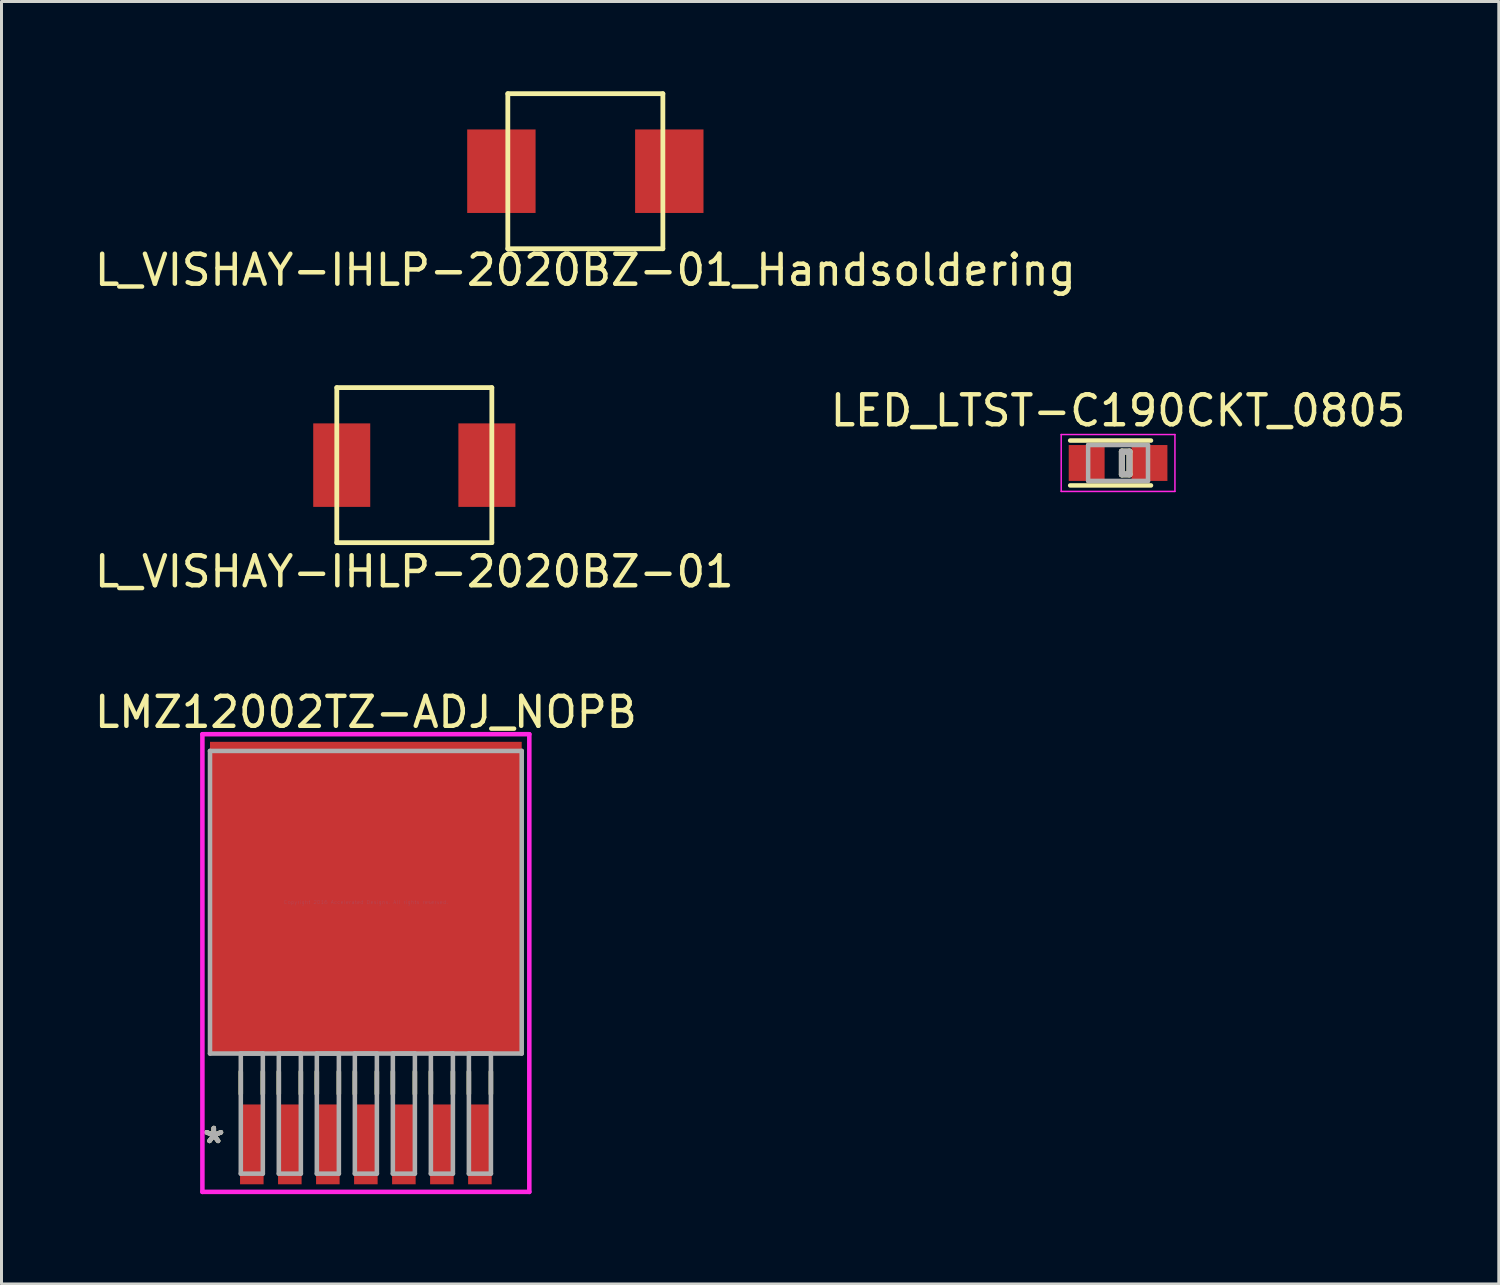
<source format=kicad_pcb>
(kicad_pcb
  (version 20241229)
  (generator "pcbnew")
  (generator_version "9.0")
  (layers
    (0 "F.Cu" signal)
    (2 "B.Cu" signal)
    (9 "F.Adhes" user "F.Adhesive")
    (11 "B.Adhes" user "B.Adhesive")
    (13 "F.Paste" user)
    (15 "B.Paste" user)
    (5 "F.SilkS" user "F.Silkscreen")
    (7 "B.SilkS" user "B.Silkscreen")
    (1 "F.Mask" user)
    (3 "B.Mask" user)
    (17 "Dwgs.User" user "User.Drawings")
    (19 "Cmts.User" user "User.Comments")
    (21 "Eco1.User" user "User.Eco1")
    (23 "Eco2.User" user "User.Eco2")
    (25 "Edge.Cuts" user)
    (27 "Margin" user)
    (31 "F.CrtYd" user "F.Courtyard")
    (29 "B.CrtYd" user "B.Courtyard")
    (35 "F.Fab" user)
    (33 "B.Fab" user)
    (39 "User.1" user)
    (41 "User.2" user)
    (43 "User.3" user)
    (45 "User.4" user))
  (footprint "LMZ12002TZ-ADJ_NOPB"
    (layer "F.Cu")
    (at 9.173 27.093)
    (property "Reference" "LMZ12002TZ-ADJ_NOPB" (at 0 -6.35 0) (layer "F.SilkS") (effects (font (size 1 1) (thickness 0.15))))
    (attr through_hole)
    (fp_line (start -4.178 5.664) (end -4.178 6.401) (stroke (width 0.152) (type solid)) (layer "F.SilkS"))
    (fp_line (start -3.442 5.664) (end -3.442 6.401) (stroke (width 0.152) (type solid)) (layer "F.SilkS"))
    (fp_line (start -2.908 5.664) (end -2.908 6.401) (stroke (width 0.152) (type solid)) (layer "F.SilkS"))
    (fp_line (start -2.172 5.664) (end -2.172 6.401) (stroke (width 0.152) (type solid)) (layer "F.SilkS"))
    (fp_line (start -1.638 5.664) (end -1.638 6.401) (stroke (width 0.152) (type solid)) (layer "F.SilkS"))
    (fp_line (start -0.902 5.664) (end -0.902 6.401) (stroke (width 0.152) (type solid)) (layer "F.SilkS"))
    (fp_line (start -0.368 5.664) (end -0.368 6.401) (stroke (width 0.152) (type solid)) (layer "F.SilkS"))
    (fp_line (start 0.368 5.664) (end 0.368 6.401) (stroke (width 0.152) (type solid)) (layer "F.SilkS"))
    (fp_line (start 0.902 5.664) (end 0.902 6.401) (stroke (width 0.152) (type solid)) (layer "F.SilkS"))
    (fp_line (start 1.638 5.664) (end 1.638 6.401) (stroke (width 0.152) (type solid)) (layer "F.SilkS"))
    (fp_line (start 2.172 5.664) (end 2.172 6.401) (stroke (width 0.152) (type solid)) (layer "F.SilkS"))
    (fp_line (start 2.908 5.664) (end 2.908 6.401) (stroke (width 0.152) (type solid)) (layer "F.SilkS"))
    (fp_line (start 3.442 5.664) (end 3.442 6.401) (stroke (width 0.152) (type solid)) (layer "F.SilkS"))
    (fp_line (start 4.178 5.664) (end 4.178 6.401) (stroke (width 0.152) (type solid)) (layer "F.SilkS"))
    (fp_line (start -5.461 -5.613) (end 5.461 -5.613) (stroke (width 0.152) (type solid)) (layer "F.CrtYd"))
    (fp_line (start -5.461 9.677) (end -5.461 -5.613) (stroke (width 0.152) (type solid)) (layer "F.CrtYd"))
    (fp_line (start 5.461 -5.613) (end 5.461 9.677) (stroke (width 0.152) (type solid)) (layer "F.CrtYd"))
    (fp_line (start 5.461 9.677) (end -5.461 9.677) (stroke (width 0.152) (type solid)) (layer "F.CrtYd"))
    (fp_line (start -5.207 -5.055) (end -5.207 5.055) (stroke (width 0.152) (type solid)) (layer "F.Fab"))
    (fp_line (start -5.207 5.055) (end 5.207 5.055) (stroke (width 0.152) (type solid)) (layer "F.Fab"))
    (fp_line (start -4.178 5.055) (end -4.178 9.068) (stroke (width 0.152) (type solid)) (layer "F.Fab"))
    (fp_line (start -4.178 9.068) (end -3.442 9.068) (stroke (width 0.152) (type solid)) (layer "F.Fab"))
    (fp_line (start -3.442 5.055) (end -4.178 5.055) (stroke (width 0.152) (type solid)) (layer "F.Fab"))
    (fp_line (start -3.442 9.068) (end -3.442 5.055) (stroke (width 0.152) (type solid)) (layer "F.Fab"))
    (fp_line (start -2.908 5.055) (end -2.908 9.068) (stroke (width 0.152) (type solid)) (layer "F.Fab"))
    (fp_line (start -2.908 9.068) (end -2.172 9.068) (stroke (width 0.152) (type solid)) (layer "F.Fab"))
    (fp_line (start -2.172 5.055) (end -2.908 5.055) (stroke (width 0.152) (type solid)) (layer "F.Fab"))
    (fp_line (start -2.172 9.068) (end -2.172 5.055) (stroke (width 0.152) (type solid)) (layer "F.Fab"))
    (fp_line (start -1.638 5.055) (end -1.638 9.068) (stroke (width 0.152) (type solid)) (layer "F.Fab"))
    (fp_line (start -1.638 9.068) (end -0.902 9.068) (stroke (width 0.152) (type solid)) (layer "F.Fab"))
    (fp_line (start -0.902 5.055) (end -1.638 5.055) (stroke (width 0.152) (type solid)) (layer "F.Fab"))
    (fp_line (start -0.902 9.068) (end -0.902 5.055) (stroke (width 0.152) (type solid)) (layer "F.Fab"))
    (fp_line (start -0.368 5.055) (end -0.368 9.068) (stroke (width 0.152) (type solid)) (layer "F.Fab"))
    (fp_line (start -0.368 9.068) (end 0.368 9.068) (stroke (width 0.152) (type solid)) (layer "F.Fab"))
    (fp_line (start 0.368 5.055) (end -0.368 5.055) (stroke (width 0.152) (type solid)) (layer "F.Fab"))
    (fp_line (start 0.368 9.068) (end 0.368 5.055) (stroke (width 0.152) (type solid)) (layer "F.Fab"))
    (fp_line (start 0.902 5.055) (end 0.902 9.068) (stroke (width 0.152) (type solid)) (layer "F.Fab"))
    (fp_line (start 0.902 9.068) (end 1.638 9.068) (stroke (width 0.152) (type solid)) (layer "F.Fab"))
    (fp_line (start 1.638 5.055) (end 0.902 5.055) (stroke (width 0.152) (type solid)) (layer "F.Fab"))
    (fp_line (start 1.638 9.068) (end 1.638 5.055) (stroke (width 0.152) (type solid)) (layer "F.Fab"))
    (fp_line (start 2.172 5.055) (end 2.172 9.068) (stroke (width 0.152) (type solid)) (layer "F.Fab"))
    (fp_line (start 2.172 9.068) (end 2.908 9.068) (stroke (width 0.152) (type solid)) (layer "F.Fab"))
    (fp_line (start 2.908 5.055) (end 2.172 5.055) (stroke (width 0.152) (type solid)) (layer "F.Fab"))
    (fp_line (start 2.908 9.068) (end 2.908 5.055) (stroke (width 0.152) (type solid)) (layer "F.Fab"))
    (fp_line (start 3.442 5.055) (end 3.442 9.068) (stroke (width 0.152) (type solid)) (layer "F.Fab"))
    (fp_line (start 3.442 9.068) (end 4.178 9.068) (stroke (width 0.152) (type solid)) (layer "F.Fab"))
    (fp_line (start 4.178 5.055) (end 3.442 5.055) (stroke (width 0.152) (type solid)) (layer "F.Fab"))
    (fp_line (start 4.178 9.068) (end 4.178 5.055) (stroke (width 0.152) (type solid)) (layer "F.Fab"))
    (fp_line (start 5.207 -5.055) (end -5.207 -5.055) (stroke (width 0.152) (type solid)) (layer "F.Fab"))
    (fp_line (start 5.207 5.055) (end 5.207 -5.055) (stroke (width 0.152) (type solid)) (layer "F.Fab"))
    (fp_text user "*" (at -5.08 8.09 0) (layer "F.SilkS") (effects (font (size 1 1) (thickness 0.15))))
    (fp_text user "*" (at -5.08 8.09 0) (layer "F.SilkS") (effects (font (size 1 1) (thickness 0.15))))
    (fp_text user "Copyright 2016 Accelerated Designs. All rights reserved." (at 0 0 0) (layer "Cmts.User") (effects (font (size 0.127 0.127) (thickness 0.002))))
    (fp_text user "*" (at -5.08 8.09 0) (layer "F.Fab") (effects (font (size 1 1) (thickness 0.15))))
    (fp_text user "*" (at -5.08 8.09 0) (layer "F.Fab") (effects (font (size 1 1) (thickness 0.15))))
    (pad "1" smd rect (at -3.81 8.09) (size 0.787 2.667) (layers "F.Cu" "F.Mask" "F.Paste"))
    (pad "2" smd rect (at -2.54 8.09) (size 0.787 2.667) (layers "F.Cu" "F.Mask" "F.Paste"))
    (pad "3" smd rect (at -1.27 8.09) (size 0.787 2.667) (layers "F.Cu" "F.Mask" "F.Paste"))
    (pad "4" smd rect (at 0 8.09) (size 0.787 2.667) (layers "F.Cu" "F.Mask" "F.Paste"))
    (pad "5" smd rect (at 1.27 8.09) (size 0.787 2.667) (layers "F.Cu" "F.Mask" "F.Paste"))
    (pad "6" smd rect (at 2.54 8.09) (size 0.787 2.667) (layers "F.Cu" "F.Mask" "F.Paste"))
    (pad "7" smd rect (at 3.81 8.09) (size 0.787 2.667) (layers "F.Cu" "F.Mask" "F.Paste"))
    (pad "8" smd rect (at 0 -0.152) (size 10.414 10.414) (layers "F.Cu" "F.Mask" "F.Paste")))
  (footprint "LED_LTST-C190CKT_0805"
    (layer "F.Cu")
    (at 34.304 12.418)
    (property "Reference" "LED_LTST-C190CKT_0805" (at 0 -1.75 0) (layer "F.SilkS") (effects (font (size 1 1) (thickness 0.15))))
    (attr smd)
    (fp_line (start -1.6 -0.75) (end 1.1 -0.75) (stroke (width 0.15) (type solid)) (layer "F.SilkS"))
    (fp_line (start -1.6 0.75) (end 1.1 0.75) (stroke (width 0.15) (type solid)) (layer "F.SilkS"))
    (fp_line (start 0.127 -0.381) (end 0.381 -0.381) (stroke (width 0.2) (type solid)) (layer "F.SilkS"))
    (fp_line (start 0.127 0.381) (end 0.127 -0.381) (stroke (width 0.2) (type solid)) (layer "F.SilkS"))
    (fp_line (start 0.381 -0.381) (end 0.381 0.381) (stroke (width 0.2) (type solid)) (layer "F.SilkS"))
    (fp_line (start 0.381 0.381) (end 0.127 0.381) (stroke (width 0.2) (type solid)) (layer "F.SilkS"))
    (fp_line (start -1.9 -0.95) (end 1.9 -0.95) (stroke (width 0.05) (type solid)) (layer "F.CrtYd"))
    (fp_line (start -1.9 0.95) (end -1.9 -0.95) (stroke (width 0.05) (type solid)) (layer "F.CrtYd"))
    (fp_line (start 1.9 -0.95) (end 1.9 0.95) (stroke (width 0.05) (type solid)) (layer "F.CrtYd"))
    (fp_line (start 1.9 0.95) (end -1.9 0.95) (stroke (width 0.05) (type solid)) (layer "F.CrtYd"))
    (fp_line (start -1 -0.6) (end -1 0.6) (stroke (width 0.15) (type solid)) (layer "F.Fab"))
    (fp_line (start -1 0.6) (end 1 0.6) (stroke (width 0.15) (type solid)) (layer "F.Fab"))
    (fp_line (start 0.127 -0.381) (end 0.381 -0.381) (stroke (width 0.2) (type solid)) (layer "F.Fab"))
    (fp_line (start 0.127 0.381) (end 0.127 -0.381) (stroke (width 0.2) (type solid)) (layer "F.Fab"))
    (fp_line (start 0.381 -0.381) (end 0.381 0.381) (stroke (width 0.2) (type solid)) (layer "F.Fab"))
    (fp_line (start 0.381 0.381) (end 0.127 0.381) (stroke (width 0.2) (type solid)) (layer "F.Fab"))
    (fp_line (start 1 -0.6) (end -1 -0.6) (stroke (width 0.15) (type solid)) (layer "F.Fab"))
    (fp_line (start 1 0.6) (end 1 -0.6) (stroke (width 0.15) (type solid)) (layer "F.Fab"))
    (pad "1" smd rect (at -1.049 0 180) (size 1.199 1.199) (layers "F.Cu" "F.Mask" "F.Paste"))
    (pad "2" smd rect (at 1.049 0 180) (size 1.199 1.199) (layers "F.Cu" "F.Mask" "F.Paste")))
  (footprint "L_VISHAY-IHLP-2020BZ-01_Handsoldering"
    (layer "F.Cu")
    (at 16.506 2.67)
    (property "Reference" "L_VISHAY-IHLP-2020BZ-01_Handsoldering" (at 0 3.302 0) (layer "F.SilkS") (effects (font (size 1 1) (thickness 0.15))))
    (attr through_hole)
    (fp_line (start -2.59 -2.59) (end -2.59 2.59) (stroke (width 0.16) (type solid)) (layer "F.SilkS"))
    (fp_line (start -2.59 -2.59) (end 2.59 -2.59) (stroke (width 0.16) (type solid)) (layer "F.SilkS"))
    (fp_line (start -2.59 2.59) (end 2.59 2.59) (stroke (width 0.16) (type solid)) (layer "F.SilkS"))
    (fp_line (start 2.59 -2.59) (end 2.59 2.59) (stroke (width 0.16) (type solid)) (layer "F.SilkS"))
    (pad "1" smd rect (at -2.425 0) (size 2.285 2.79) (drill (offset -0.38 0)) (layers "F.Cu" "F.Mask" "F.Paste"))
    (pad "2" smd rect (at 2.425 0) (size 2.285 2.79) (drill (offset 0.38 0)) (layers "F.Cu" "F.Mask" "F.Paste")))
  (footprint "L_VISHAY-IHLP-2020BZ-01"
    (layer "F.Cu")
    (at 10.792 12.49)
    (property "Reference" "L_VISHAY-IHLP-2020BZ-01" (at 0 3.556 0) (layer "F.SilkS") (effects (font (size 1 1) (thickness 0.15))))
    (attr through_hole)
    (fp_line (start -2.59 -2.59) (end -2.59 2.59) (stroke (width 0.16) (type solid)) (layer "F.SilkS"))
    (fp_line (start -2.59 -2.59) (end 2.59 -2.59) (stroke (width 0.16) (type solid)) (layer "F.SilkS"))
    (fp_line (start -2.59 2.59) (end 2.59 2.59) (stroke (width 0.16) (type solid)) (layer "F.SilkS"))
    (fp_line (start 2.59 -2.59) (end 2.59 2.59) (stroke (width 0.16) (type solid)) (layer "F.SilkS"))
    (pad "1" smd rect (at -2.425 0) (size 1.905 2.79) (layers "F.Cu" "F.Mask" "F.Paste"))
    (pad "2" smd rect (at 2.425 0) (size 1.905 2.79) (layers "F.Cu" "F.Mask" "F.Paste")))
  (gr_rect
    (start -3 -3)
    (end 47.024 39.846)
    (stroke (width 0.1) (type default))
    (fill no)
    (layer "Edge.Cuts")))
</source>
